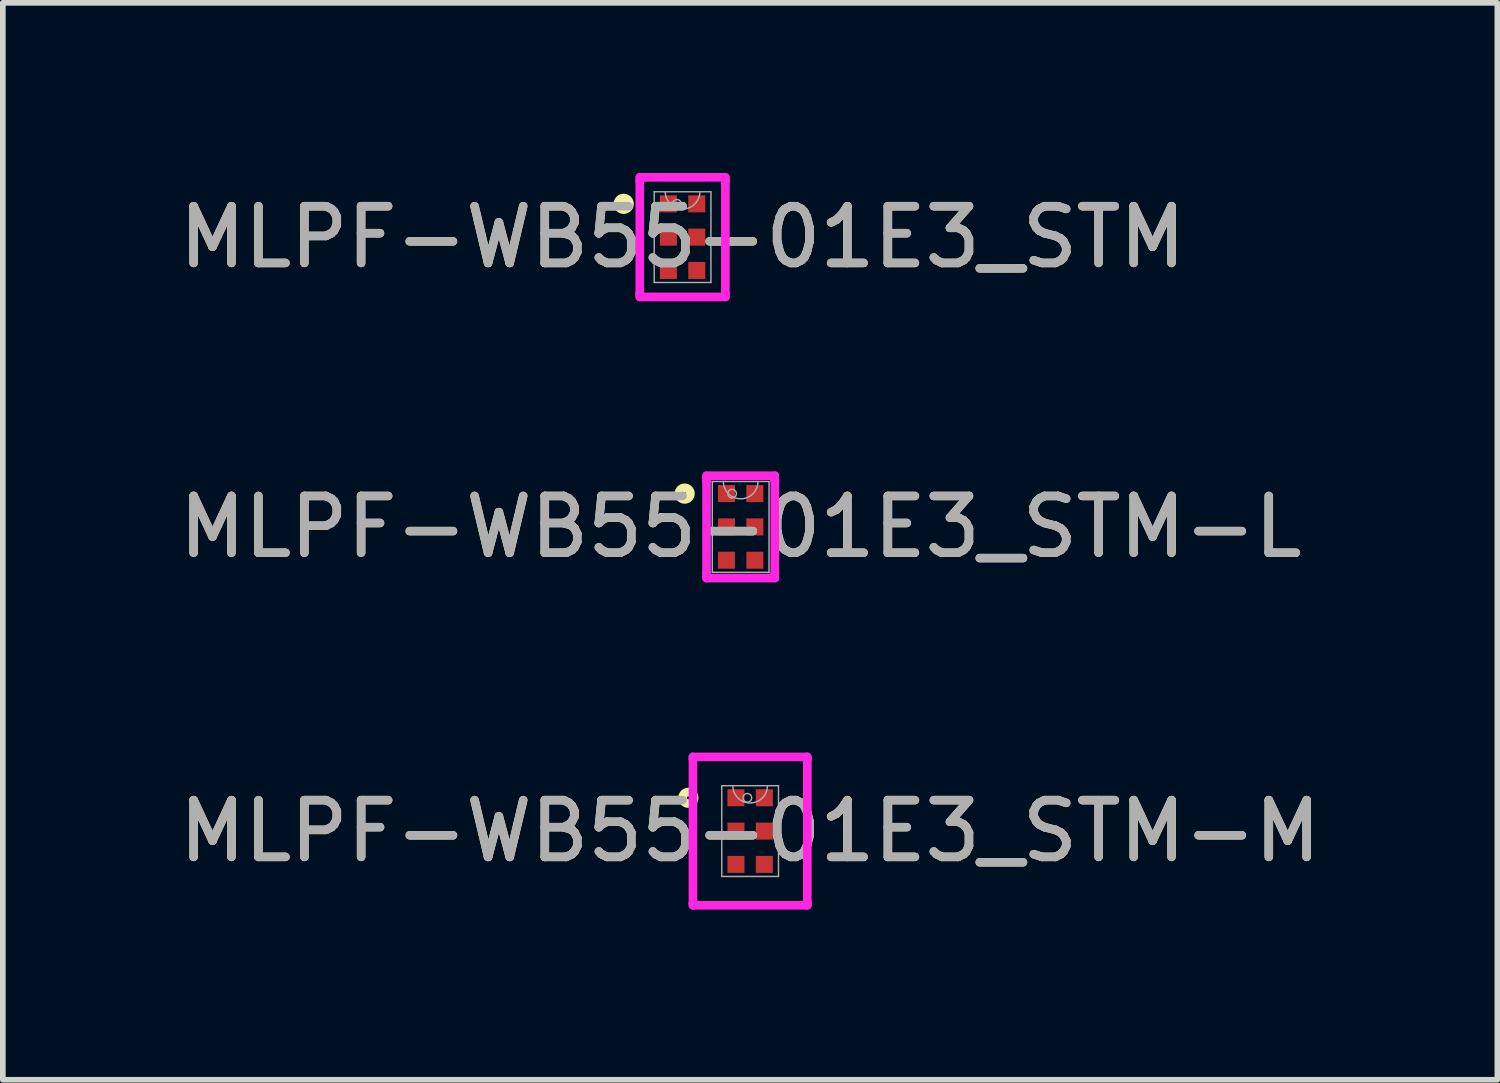
<source format=kicad_pcb>
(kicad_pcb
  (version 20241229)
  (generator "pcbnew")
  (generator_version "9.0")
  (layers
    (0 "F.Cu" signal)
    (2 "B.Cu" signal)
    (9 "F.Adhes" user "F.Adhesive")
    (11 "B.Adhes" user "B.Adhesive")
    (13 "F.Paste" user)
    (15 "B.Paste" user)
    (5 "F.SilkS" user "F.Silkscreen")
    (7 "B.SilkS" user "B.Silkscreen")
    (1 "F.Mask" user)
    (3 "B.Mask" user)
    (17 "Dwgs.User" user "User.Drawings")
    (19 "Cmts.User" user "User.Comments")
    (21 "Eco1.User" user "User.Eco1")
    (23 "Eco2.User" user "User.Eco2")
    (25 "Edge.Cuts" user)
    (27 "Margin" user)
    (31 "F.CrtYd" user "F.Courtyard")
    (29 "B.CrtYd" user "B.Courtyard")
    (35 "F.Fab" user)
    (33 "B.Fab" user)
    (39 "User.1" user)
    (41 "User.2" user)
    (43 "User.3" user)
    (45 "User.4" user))
  (footprint "MLPF-WB55-01E3_STM"
    (layer "F.Cu")
    (at 8.982 1.13)
    (property "Reference" "MLPF-WB55-01E3_STM" (at 0 0 0) (unlocked yes) (layer "F.SilkS") (effects (font (size 1 1) (thickness 0.15))))
    (attr smd)
    (fp_circle (center -1.038 -0.587) (end -0.936 -0.587) (stroke (width 0.152) (type solid)) (fill no) (layer "F.SilkS"))
    (fp_line (start -0.754 -1.054) (end 0.754 -1.054) (stroke (width 0.152) (type solid)) (layer "F.CrtYd"))
    (fp_line (start -0.754 -0.991) (end -0.754 -1.054) (stroke (width 0.152) (type solid)) (layer "F.CrtYd"))
    (fp_line (start -0.754 -0.991) (end -0.754 -0.991) (stroke (width 0.152) (type solid)) (layer "F.CrtYd"))
    (fp_line (start -0.754 0.991) (end -0.754 -0.991) (stroke (width 0.152) (type solid)) (layer "F.CrtYd"))
    (fp_line (start -0.754 0.991) (end -0.754 0.991) (stroke (width 0.152) (type solid)) (layer "F.CrtYd"))
    (fp_line (start -0.754 1.054) (end -0.754 0.991) (stroke (width 0.152) (type solid)) (layer "F.CrtYd"))
    (fp_line (start 0.754 -1.054) (end 0.754 -0.991) (stroke (width 0.152) (type solid)) (layer "F.CrtYd"))
    (fp_line (start 0.754 -0.991) (end 0.754 -0.991) (stroke (width 0.152) (type solid)) (layer "F.CrtYd"))
    (fp_line (start 0.754 -0.991) (end 0.754 0.991) (stroke (width 0.152) (type solid)) (layer "F.CrtYd"))
    (fp_line (start 0.754 0.991) (end 0.754 0.991) (stroke (width 0.152) (type solid)) (layer "F.CrtYd"))
    (fp_line (start 0.754 0.991) (end 0.754 1.054) (stroke (width 0.152) (type solid)) (layer "F.CrtYd"))
    (fp_line (start 0.754 1.054) (end -0.754 1.054) (stroke (width 0.152) (type solid)) (layer "F.CrtYd"))
    (fp_line (start -0.5 -0.8) (end -0.5 0.8) (stroke (width 0.025) (type solid)) (layer "F.Fab"))
    (fp_line (start -0.5 0.8) (end 0.5 0.8) (stroke (width 0.025) (type solid)) (layer "F.Fab"))
    (fp_line (start 0.5 -0.8) (end -0.5 -0.8) (stroke (width 0.025) (type solid)) (layer "F.Fab"))
    (fp_line (start 0.5 0.8) (end 0.5 -0.8) (stroke (width 0.025) (type solid)) (layer "F.Fab"))
    (fp_arc (start 0.3048 -0.8) (mid 0 -0.4952) (end -0.3048 -0.8) (stroke (width 0.0254) (type solid)) (layer "F.Fab"))
    (fp_circle (center -0.1 -0.587) (end -0.024 -0.587) (stroke (width 0.025) (type solid)) (fill no) (layer "F.Fab"))
    (fp_text user "${REFERENCE}" (at 0 0 0) (unlocked yes) (layer "F.Fab") (effects (font (size 1 1) (thickness 0.15))))
    (pad "A1" smd rect (at -0.25 -0.587) (size 0.3 0.3) (layers "F.Cu" "F.Mask" "F.Paste"))
    (pad "A2" smd rect (at -0.25 0) (size 0.3 0.3) (layers "F.Cu" "F.Mask" "F.Paste"))
    (pad "A3" smd rect (at -0.25 0.587) (size 0.3 0.3) (layers "F.Cu" "F.Mask" "F.Paste"))
    (pad "B1" smd rect (at 0.25 -0.587) (size 0.3 0.3) (layers "F.Cu" "F.Mask" "F.Paste"))
    (pad "B2" smd rect (at 0.25 0) (size 0.3 0.3) (layers "F.Cu" "F.Mask" "F.Paste"))
    (pad "B3" smd rect (at 0.25 0.587) (size 0.3 0.3) (layers "F.Cu" "F.Mask" "F.Paste")))
  (footprint "MLPF-WB55-01E3_STM-L"
    (layer "F.Cu")
    (at 10.006 6.238)
    (property "Reference" "MLPF-WB55-01E3_STM-L" (at 0 0 0) (unlocked yes) (layer "F.SilkS") (effects (font (size 1 1) (thickness 0.15))))
    (attr smd)
    (fp_circle (center -0.987 -0.587) (end -0.885 -0.587) (stroke (width 0.152) (type solid)) (fill no) (layer "F.SilkS"))
    (fp_line (start -0.602 -0.902) (end 0.602 -0.902) (stroke (width 0.152) (type solid)) (layer "F.CrtYd"))
    (fp_line (start -0.602 -0.813) (end -0.602 -0.902) (stroke (width 0.152) (type solid)) (layer "F.CrtYd"))
    (fp_line (start -0.602 -0.813) (end -0.602 -0.813) (stroke (width 0.152) (type solid)) (layer "F.CrtYd"))
    (fp_line (start -0.602 0.813) (end -0.602 -0.813) (stroke (width 0.152) (type solid)) (layer "F.CrtYd"))
    (fp_line (start -0.602 0.813) (end -0.602 0.813) (stroke (width 0.152) (type solid)) (layer "F.CrtYd"))
    (fp_line (start -0.602 0.902) (end -0.602 0.813) (stroke (width 0.152) (type solid)) (layer "F.CrtYd"))
    (fp_line (start 0.602 -0.902) (end 0.602 -0.813) (stroke (width 0.152) (type solid)) (layer "F.CrtYd"))
    (fp_line (start 0.602 -0.813) (end 0.602 -0.813) (stroke (width 0.152) (type solid)) (layer "F.CrtYd"))
    (fp_line (start 0.602 -0.813) (end 0.602 0.813) (stroke (width 0.152) (type solid)) (layer "F.CrtYd"))
    (fp_line (start 0.602 0.813) (end 0.602 0.813) (stroke (width 0.152) (type solid)) (layer "F.CrtYd"))
    (fp_line (start 0.602 0.813) (end 0.602 0.902) (stroke (width 0.152) (type solid)) (layer "F.CrtYd"))
    (fp_line (start 0.602 0.902) (end -0.602 0.902) (stroke (width 0.152) (type solid)) (layer "F.CrtYd"))
    (fp_line (start -0.5 -0.8) (end -0.5 0.8) (stroke (width 0.025) (type solid)) (layer "F.Fab"))
    (fp_line (start -0.5 0.8) (end 0.5 0.8) (stroke (width 0.025) (type solid)) (layer "F.Fab"))
    (fp_line (start 0.5 -0.8) (end -0.5 -0.8) (stroke (width 0.025) (type solid)) (layer "F.Fab"))
    (fp_line (start 0.5 0.8) (end 0.5 -0.8) (stroke (width 0.025) (type solid)) (layer "F.Fab"))
    (fp_arc (start 0.3048 -0.8) (mid 0 -0.4952) (end -0.3048 -0.8) (stroke (width 0.0254) (type solid)) (layer "F.Fab"))
    (fp_circle (center -0.151 -0.587) (end -0.075 -0.587) (stroke (width 0.025) (type solid)) (fill no) (layer "F.Fab"))
    (fp_text user "${REFERENCE}" (at 0 0 0) (unlocked yes) (layer "F.Fab") (effects (font (size 1 1) (thickness 0.15))))
    (pad "A1" smd rect (at -0.25 -0.587) (size 0.3 0.3) (layers "F.Cu" "F.Mask" "F.Paste"))
    (pad "A2" smd rect (at -0.25 0) (size 0.3 0.3) (layers "F.Cu" "F.Mask" "F.Paste"))
    (pad "A3" smd rect (at -0.25 0.587) (size 0.3 0.3) (layers "F.Cu" "F.Mask" "F.Paste"))
    (pad "B1" smd rect (at 0.25 -0.587) (size 0.3 0.3) (layers "F.Cu" "F.Mask" "F.Paste"))
    (pad "B2" smd rect (at 0.25 0) (size 0.3 0.3) (layers "F.Cu" "F.Mask" "F.Paste"))
    (pad "B3" smd rect (at 0.25 0.587) (size 0.3 0.3) (layers "F.Cu" "F.Mask" "F.Paste")))
  (footprint "MLPF-WB55-01E3_STM-M"
    (layer "F.Cu")
    (at 10.173 11.6)
    (property "Reference" "MLPF-WB55-01E3_STM-M" (at 0 0 0) (unlocked yes) (layer "F.SilkS") (effects (font (size 1 1) (thickness 0.15))))
    (attr smd)
    (fp_circle (center -1.089 -0.587) (end -0.987 -0.587) (stroke (width 0.152) (type solid)) (fill no) (layer "F.SilkS"))
    (fp_line (start -1.008 -1.308) (end 1.008 -1.308) (stroke (width 0.152) (type solid)) (layer "F.CrtYd"))
    (fp_line (start -1.008 -1.27) (end -1.008 -1.308) (stroke (width 0.152) (type solid)) (layer "F.CrtYd"))
    (fp_line (start -1.008 -1.27) (end -1.008 -1.27) (stroke (width 0.152) (type solid)) (layer "F.CrtYd"))
    (fp_line (start -1.008 1.27) (end -1.008 -1.27) (stroke (width 0.152) (type solid)) (layer "F.CrtYd"))
    (fp_line (start -1.008 1.27) (end -1.008 1.27) (stroke (width 0.152) (type solid)) (layer "F.CrtYd"))
    (fp_line (start -1.008 1.308) (end -1.008 1.27) (stroke (width 0.152) (type solid)) (layer "F.CrtYd"))
    (fp_line (start 1.008 -1.308) (end 1.008 -1.27) (stroke (width 0.152) (type solid)) (layer "F.CrtYd"))
    (fp_line (start 1.008 -1.27) (end 1.008 -1.27) (stroke (width 0.152) (type solid)) (layer "F.CrtYd"))
    (fp_line (start 1.008 -1.27) (end 1.008 1.27) (stroke (width 0.152) (type solid)) (layer "F.CrtYd"))
    (fp_line (start 1.008 1.27) (end 1.008 1.27) (stroke (width 0.152) (type solid)) (layer "F.CrtYd"))
    (fp_line (start 1.008 1.27) (end 1.008 1.308) (stroke (width 0.152) (type solid)) (layer "F.CrtYd"))
    (fp_line (start 1.008 1.308) (end -1.008 1.308) (stroke (width 0.152) (type solid)) (layer "F.CrtYd"))
    (fp_line (start -0.5 -0.8) (end -0.5 0.8) (stroke (width 0.025) (type solid)) (layer "F.Fab"))
    (fp_line (start -0.5 0.8) (end 0.5 0.8) (stroke (width 0.025) (type solid)) (layer "F.Fab"))
    (fp_line (start 0.5 -0.8) (end -0.5 -0.8) (stroke (width 0.025) (type solid)) (layer "F.Fab"))
    (fp_line (start 0.5 0.8) (end 0.5 -0.8) (stroke (width 0.025) (type solid)) (layer "F.Fab"))
    (fp_arc (start 0.3048 -0.8) (mid 0 -0.4952) (end -0.3048 -0.8) (stroke (width 0.0254) (type solid)) (layer "F.Fab"))
    (fp_circle (center -0.049 -0.587) (end 0.027 -0.587) (stroke (width 0.025) (type solid)) (fill no) (layer "F.Fab"))
    (fp_text user "${REFERENCE}" (at 0 0 0) (unlocked yes) (layer "F.Fab") (effects (font (size 1 1) (thickness 0.15))))
    (pad "A1" smd rect (at -0.25 -0.587) (size 0.3 0.3) (layers "F.Cu" "F.Mask" "F.Paste"))
    (pad "A2" smd rect (at -0.25 0) (size 0.3 0.3) (layers "F.Cu" "F.Mask" "F.Paste"))
    (pad "A3" smd rect (at -0.25 0.587) (size 0.3 0.3) (layers "F.Cu" "F.Mask" "F.Paste"))
    (pad "B1" smd rect (at 0.25 -0.587) (size 0.3 0.3) (layers "F.Cu" "F.Mask" "F.Paste"))
    (pad "B2" smd rect (at 0.25 0) (size 0.3 0.3) (layers "F.Cu" "F.Mask" "F.Paste"))
    (pad "B3" smd rect (at 0.25 0.587) (size 0.3 0.3) (layers "F.Cu" "F.Mask" "F.Paste")))
  (gr_rect
    (start -3 -3)
    (end 23.345 15.984)
    (stroke (width 0.1) (type default))
    (fill no)
    (layer "Edge.Cuts")))
</source>
